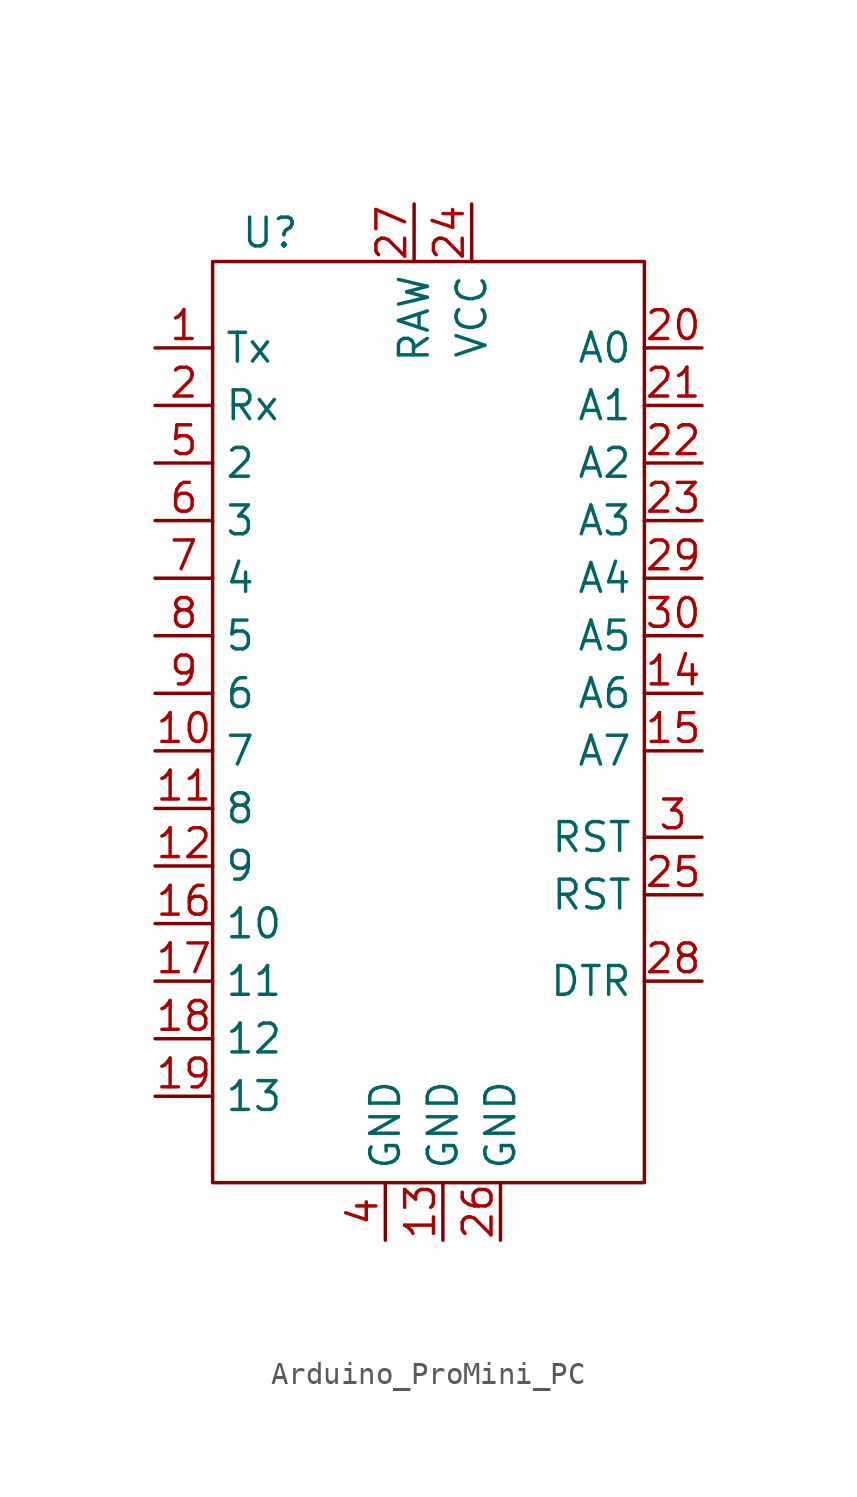
<source format=kicad_sym>
(kicad_symbol_lib
  (version 20220914)
  (generator kicad_symbol_editor)
  (symbol "Arduino_ProMini_PC"
    (property "Reference" "U"
      (at -7.62 20.32 0)
      (effects (font (size 1.27 1.27))))
    (property "Value" ""
      (at 0 12.7 0)
      (effects (font (size 1.27 1.27))))
    (symbol "Arduino_ProMini_PC_0_1"
      (rectangle (start -10.16 19.05) (end 8.89 -21.59) (stroke (width 0) (type default)) (fill (type none))))
    (symbol "Arduino_ProMini_PC_1_1"
      (pin bidirectional line (at -12.7 15.24 0) (length 2.54) (name "Tx" (effects (font (size 1.27 1.27)))) (number "1" (effects (font (size 1.27 1.27)))))
      (pin bidirectional line (at -12.7 -2.54 0) (length 2.54) (name "7" (effects (font (size 1.27 1.27)))) (number "10" (effects (font (size 1.27 1.27)))))
      (pin bidirectional line (at -12.7 -5.08 0) (length 2.54) (name "8" (effects (font (size 1.27 1.27)))) (number "11" (effects (font (size 1.27 1.27)))))
      (pin bidirectional line (at -12.7 -7.62 0) (length 2.54) (name "9" (effects (font (size 1.27 1.27)))) (number "12" (effects (font (size 1.27 1.27)))))
      (pin power_in line (at 0 -24.13 90) (length 2.54) (name "GND" (effects (font (size 1.27 1.27)))) (number "13" (effects (font (size 1.27 1.27)))))
      (pin bidirectional line (at 11.43 0 180) (length 2.54) (name "A6" (effects (font (size 1.27 1.27)))) (number "14" (effects (font (size 1.27 1.27)))))
      (pin bidirectional line (at 11.43 -2.54 180) (length 2.54) (name "A7" (effects (font (size 1.27 1.27)))) (number "15" (effects (font (size 1.27 1.27)))))
      (pin bidirectional line (at -12.7 -10.16 0) (length 2.54) (name "10" (effects (font (size 1.27 1.27)))) (number "16" (effects (font (size 1.27 1.27)))))
      (pin bidirectional line (at -12.7 -12.7 0) (length 2.54) (name "11" (effects (font (size 1.27 1.27)))) (number "17" (effects (font (size 1.27 1.27)))))
      (pin bidirectional line (at -12.7 -15.24 0) (length 2.54) (name "12" (effects (font (size 1.27 1.27)))) (number "18" (effects (font (size 1.27 1.27)))))
      (pin bidirectional line (at -12.7 -17.78 0) (length 2.54) (name "13" (effects (font (size 1.27 1.27)))) (number "19" (effects (font (size 1.27 1.27)))))
      (pin bidirectional line (at -12.7 12.7 0) (length 2.54) (name "Rx" (effects (font (size 1.27 1.27)))) (number "2" (effects (font (size 1.27 1.27)))))
      (pin bidirectional line (at 11.43 15.24 180) (length 2.54) (name "A0" (effects (font (size 1.27 1.27)))) (number "20" (effects (font (size 1.27 1.27)))))
      (pin bidirectional line (at 11.43 12.7 180) (length 2.54) (name "A1" (effects (font (size 1.27 1.27)))) (number "21" (effects (font (size 1.27 1.27)))))
      (pin bidirectional line (at 11.43 10.16 180) (length 2.54) (name "A2" (effects (font (size 1.27 1.27)))) (number "22" (effects (font (size 1.27 1.27)))))
      (pin bidirectional line (at 11.43 7.62 180) (length 2.54) (name "A3" (effects (font (size 1.27 1.27)))) (number "23" (effects (font (size 1.27 1.27)))))
      (pin power_in line (at 1.27 21.59 270) (length 2.54) (name "VCC" (effects (font (size 1.27 1.27)))) (number "24" (effects (font (size 1.27 1.27)))))
      (pin passive line (at 11.43 -8.89 180) (length 2.54) (name "RST" (effects (font (size 1.27 1.27)))) (number "25" (effects (font (size 1.27 1.27)))))
      (pin power_in line (at 2.54 -24.13 90) (length 2.54) (name "GND" (effects (font (size 1.27 1.27)))) (number "26" (effects (font (size 1.27 1.27)))))
      (pin power_in line (at -1.27 21.59 270) (length 2.54) (name "RAW" (effects (font (size 1.27 1.27)))) (number "27" (effects (font (size 1.27 1.27)))))
      (pin passive line (at 11.43 -12.7 180) (length 2.54) (name "DTR" (effects (font (size 1.27 1.27)))) (number "28" (effects (font (size 1.27 1.27)))))
      (pin bidirectional line (at 11.43 5.08 180) (length 2.54) (name "A4" (effects (font (size 1.27 1.27)))) (number "29" (effects (font (size 1.27 1.27)))))
      (pin passive line (at 11.43 -6.35 180) (length 2.54) (name "RST" (effects (font (size 1.27 1.27)))) (number "3" (effects (font (size 1.27 1.27)))))
      (pin bidirectional line (at 11.43 2.54 180) (length 2.54) (name "A5" (effects (font (size 1.27 1.27)))) (number "30" (effects (font (size 1.27 1.27)))))
      (pin power_in line (at -2.54 -24.13 90) (length 2.54) (name "GND" (effects (font (size 1.27 1.27)))) (number "4" (effects (font (size 1.27 1.27)))))
      (pin bidirectional line (at -12.7 10.16 0) (length 2.54) (name "2" (effects (font (size 1.27 1.27)))) (number "5" (effects (font (size 1.27 1.27)))))
      (pin bidirectional line (at -12.7 7.62 0) (length 2.54) (name "3" (effects (font (size 1.27 1.27)))) (number "6" (effects (font (size 1.27 1.27)))))
      (pin bidirectional line (at -12.7 5.08 0) (length 2.54) (name "4" (effects (font (size 1.27 1.27)))) (number "7" (effects (font (size 1.27 1.27)))))
      (pin bidirectional line (at -12.7 2.54 0) (length 2.54) (name "5" (effects (font (size 1.27 1.27)))) (number "8" (effects (font (size 1.27 1.27)))))
      (pin bidirectional line (at -12.7 0 0) (length 2.54) (name "6" (effects (font (size 1.27 1.27)))) (number "9" (effects (font (size 1.27 1.27))))))))
</source>
